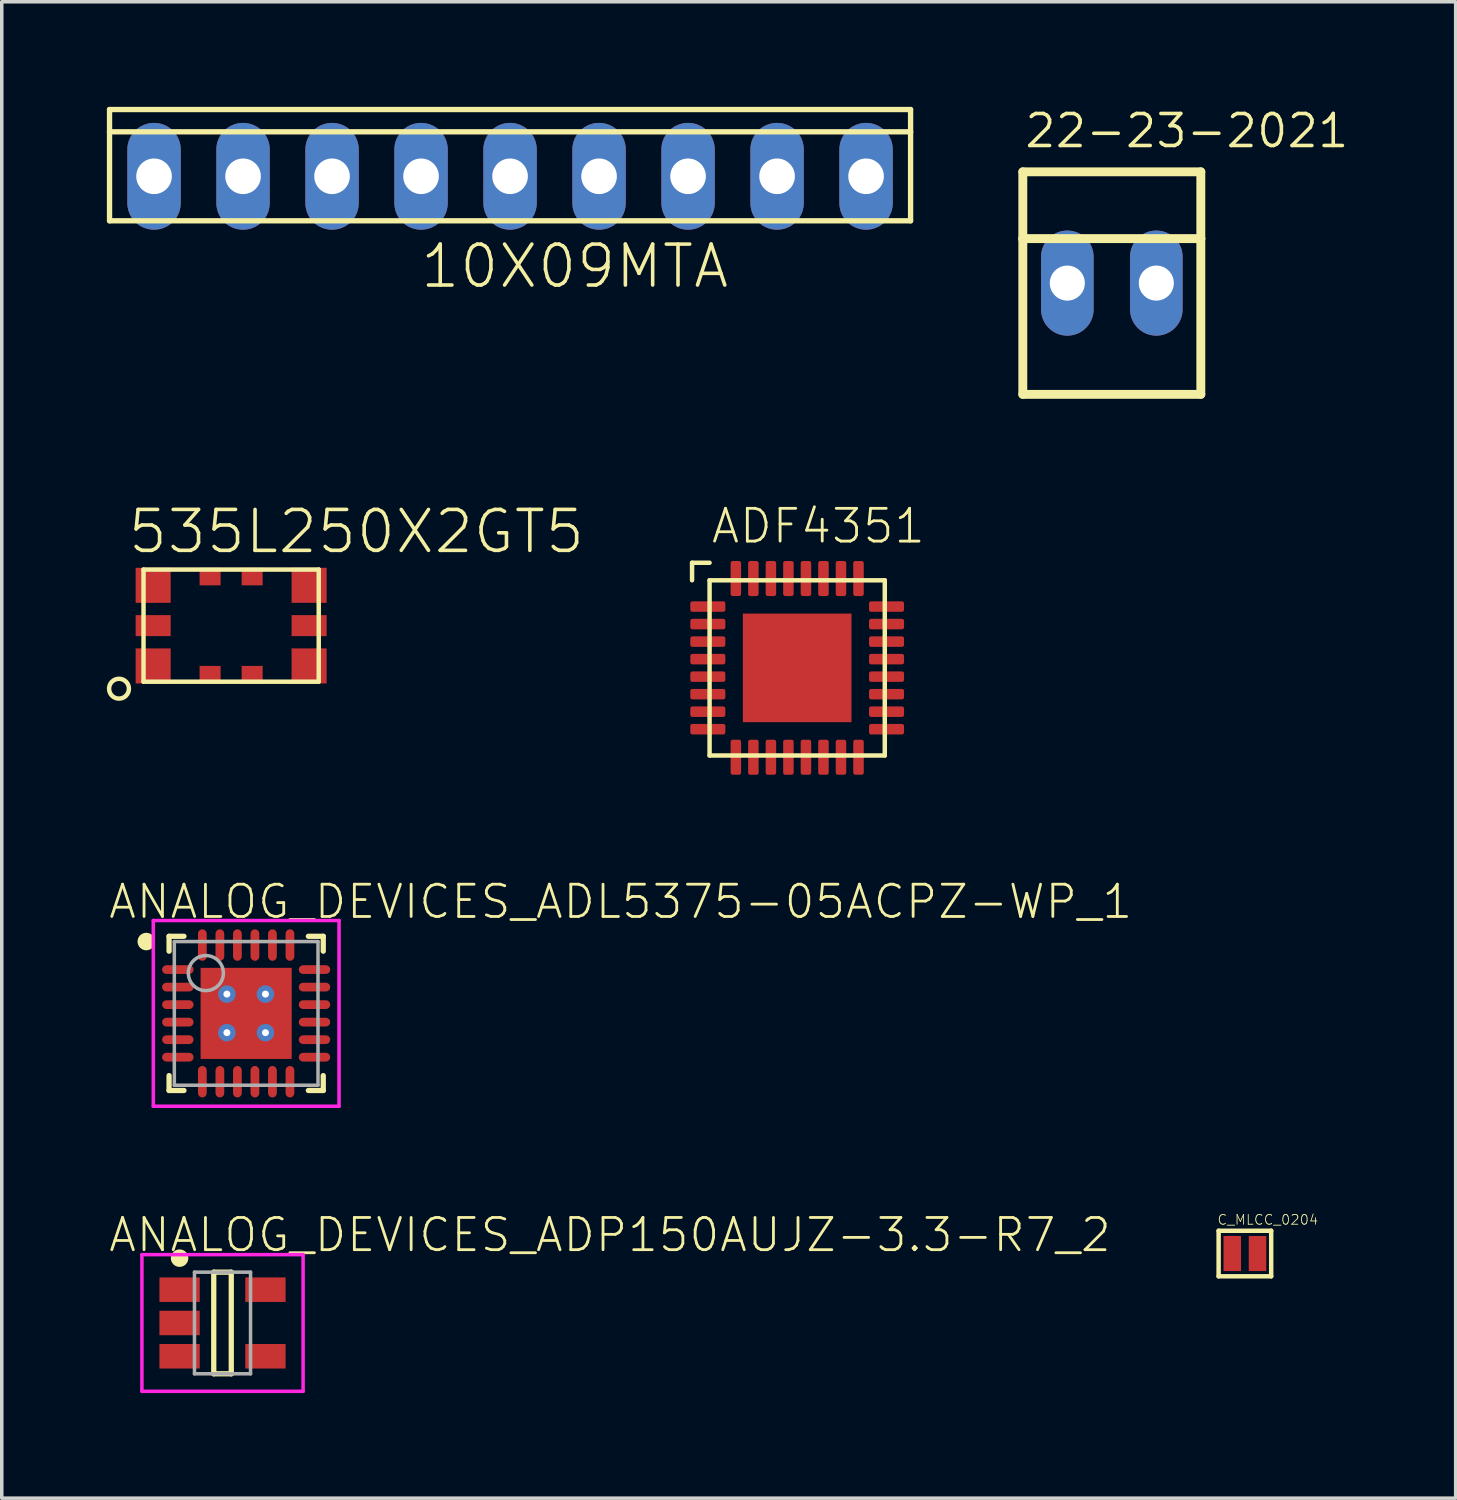
<source format=kicad_pcb>
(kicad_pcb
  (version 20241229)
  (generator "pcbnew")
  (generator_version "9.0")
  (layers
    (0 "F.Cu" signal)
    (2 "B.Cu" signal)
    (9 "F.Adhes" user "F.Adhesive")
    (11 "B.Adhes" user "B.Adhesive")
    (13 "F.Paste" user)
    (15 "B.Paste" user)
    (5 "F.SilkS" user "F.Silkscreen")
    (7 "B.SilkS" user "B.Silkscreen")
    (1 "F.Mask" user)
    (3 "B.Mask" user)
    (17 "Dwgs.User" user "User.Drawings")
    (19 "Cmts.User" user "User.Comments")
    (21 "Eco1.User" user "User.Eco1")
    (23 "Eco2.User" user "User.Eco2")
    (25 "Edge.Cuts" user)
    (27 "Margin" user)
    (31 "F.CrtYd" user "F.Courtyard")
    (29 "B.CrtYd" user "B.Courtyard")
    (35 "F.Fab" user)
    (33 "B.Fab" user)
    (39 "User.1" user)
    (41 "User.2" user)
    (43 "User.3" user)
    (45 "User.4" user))
  (footprint "C_MLCC_0204"
    (layer "F.Cu")
    (at 32.477 32.723)
    (property "Reference" "C_MLCC_0204" (at -0.8 -0.8 0) (unlocked yes) (layer "F.SilkS") (effects (font (size 0.28 0.28) (thickness 0.024)) (justify left bottom)))
    (fp_line (start -0.75 -0.65) (end -0.75 0.65) (stroke (width 0.127) (type solid)) (layer "F.SilkS"))
    (fp_line (start -0.75 0.65) (end 0.75 0.65) (stroke (width 0.127) (type solid)) (layer "F.SilkS"))
    (fp_line (start 0.75 -0.65) (end -0.75 -0.65) (stroke (width 0.127) (type solid)) (layer "F.SilkS"))
    (fp_line (start 0.75 0.65) (end 0.75 -0.65) (stroke (width 0.127) (type solid)) (layer "F.SilkS"))
    (pad "P$1" smd rect (at -0.36 0) (size 0.5 1) (layers "F.Cu" "F.Mask" "F.Paste"))
    (pad "P$2" smd rect (at 0.36 0) (size 0.5 1) (layers "F.Cu" "F.Mask" "F.Paste")))
  (footprint "ANALOG_DEVICES_ADL5375-05ACPZ-WP_1"
    (layer "F.Cu")
    (at 3.975 25.87)
    (property "Reference" "ANALOG_DEVICES_ADL5375-05ACPZ-WP_1" (at -3.975 -2.65 0) (unlocked yes) (layer "F.SilkS") (effects (font (size 0.92 0.92) (thickness 0.08)) (justify left bottom)))
    (fp_line (start -2.2 -2.2) (end -1.775 -2.2) (stroke (width 0.15) (type solid)) (layer "F.SilkS"))
    (fp_line (start -2.2 -1.775) (end -2.2 -2.2) (stroke (width 0.15) (type solid)) (layer "F.SilkS"))
    (fp_line (start -2.2 2.2) (end -2.2 1.775) (stroke (width 0.15) (type solid)) (layer "F.SilkS"))
    (fp_line (start -2.2 2.2) (end -1.775 2.2) (stroke (width 0.15) (type solid)) (layer "F.SilkS"))
    (fp_line (start 1.775 -2.2) (end 2.2 -2.2) (stroke (width 0.15) (type solid)) (layer "F.SilkS"))
    (fp_line (start 1.775 2.2) (end 2.2 2.2) (stroke (width 0.15) (type solid)) (layer "F.SilkS"))
    (fp_line (start 2.2 -1.775) (end 2.2 -2.2) (stroke (width 0.15) (type solid)) (layer "F.SilkS"))
    (fp_line (start 2.2 2.2) (end 2.2 1.775) (stroke (width 0.15) (type solid)) (layer "F.SilkS"))
    (fp_circle (center -2.85 -2.05) (end -2.725 -2.05) (stroke (width 0.25) (type solid)) (fill no) (layer "F.SilkS"))
    (fp_line (start -2.65 -2.65) (end 2.65 -2.65) (stroke (width 0.1) (type solid)) (layer "F.CrtYd"))
    (fp_line (start -2.65 2.65) (end -2.65 -2.65) (stroke (width 0.1) (type solid)) (layer "F.CrtYd"))
    (fp_line (start 2.65 -2.65) (end 2.65 2.65) (stroke (width 0.1) (type solid)) (layer "F.CrtYd"))
    (fp_line (start 2.65 2.65) (end -2.65 2.65) (stroke (width 0.1) (type solid)) (layer "F.CrtYd"))
    (fp_line (start -2.05 -2.05) (end 2.05 -2.05) (stroke (width 0.1) (type solid)) (layer "F.Fab"))
    (fp_line (start -2.05 2.05) (end -2.05 -2.05) (stroke (width 0.1) (type solid)) (layer "F.Fab"))
    (fp_line (start -2.05 2.05) (end 2.05 2.05) (stroke (width 0.1) (type solid)) (layer "F.Fab"))
    (fp_line (start 2.05 2.05) (end 2.05 -2.05) (stroke (width 0.1) (type solid)) (layer "F.Fab"))
    (fp_circle (center -1.15 -1.15) (end -0.65 -1.15) (stroke (width 0.1) (type solid)) (fill no) (layer "F.Fab"))
    (pad "1" smd roundrect (at -1.95 -1.25 90) (size 0.25 0.9) (layers "F.Cu" "F.Mask" "F.Paste") (roundrect_rratio 0.5))
    (pad "2" smd roundrect (at -1.95 -0.75 90) (size 0.25 0.9) (layers "F.Cu" "F.Mask" "F.Paste") (roundrect_rratio 0.5))
    (pad "3" smd roundrect (at -1.95 -0.25 90) (size 0.25 0.9) (layers "F.Cu" "F.Mask" "F.Paste") (roundrect_rratio 0.5))
    (pad "4" smd roundrect (at -1.95 0.25 90) (size 0.25 0.9) (layers "F.Cu" "F.Mask" "F.Paste") (roundrect_rratio 0.5))
    (pad "5" smd roundrect (at -1.95 0.75 90) (size 0.25 0.9) (layers "F.Cu" "F.Mask" "F.Paste") (roundrect_rratio 0.5))
    (pad "6" smd roundrect (at -1.95 1.25 90) (size 0.25 0.9) (layers "F.Cu" "F.Mask" "F.Paste") (roundrect_rratio 0.5))
    (pad "7" smd roundrect (at -1.25 1.95) (size 0.25 0.9) (layers "F.Cu" "F.Mask" "F.Paste") (roundrect_rratio 0.5))
    (pad "8" smd roundrect (at -0.75 1.95) (size 0.25 0.9) (layers "F.Cu" "F.Mask" "F.Paste") (roundrect_rratio 0.5))
    (pad "9" smd roundrect (at -0.25 1.95) (size 0.25 0.9) (layers "F.Cu" "F.Mask" "F.Paste") (roundrect_rratio 0.5))
    (pad "10" smd roundrect (at 0.25 1.95) (size 0.25 0.9) (layers "F.Cu" "F.Mask" "F.Paste") (roundrect_rratio 0.5))
    (pad "11" smd roundrect (at 0.75 1.95) (size 0.25 0.9) (layers "F.Cu" "F.Mask" "F.Paste") (roundrect_rratio 0.5))
    (pad "12" smd roundrect (at 1.25 1.95) (size 0.25 0.9) (layers "F.Cu" "F.Mask" "F.Paste") (roundrect_rratio 0.5))
    (pad "13" smd roundrect (at 1.95 1.25 90) (size 0.25 0.9) (layers "F.Cu" "F.Mask" "F.Paste") (roundrect_rratio 0.5))
    (pad "14" smd roundrect (at 1.95 0.75 90) (size 0.25 0.9) (layers "F.Cu" "F.Mask" "F.Paste") (roundrect_rratio 0.5))
    (pad "15" smd roundrect (at 1.95 0.25 90) (size 0.25 0.9) (layers "F.Cu" "F.Mask" "F.Paste") (roundrect_rratio 0.5))
    (pad "16" smd roundrect (at 1.95 -0.25 90) (size 0.25 0.9) (layers "F.Cu" "F.Mask" "F.Paste") (roundrect_rratio 0.5))
    (pad "17" smd roundrect (at 1.95 -0.75 90) (size 0.25 0.9) (layers "F.Cu" "F.Mask" "F.Paste") (roundrect_rratio 0.5))
    (pad "18" smd roundrect (at 1.95 -1.25 90) (size 0.25 0.9) (layers "F.Cu" "F.Mask" "F.Paste") (roundrect_rratio 0.5))
    (pad "19" smd roundrect (at 1.25 -1.95) (size 0.25 0.9) (layers "F.Cu" "F.Mask" "F.Paste") (roundrect_rratio 0.5))
    (pad "20" smd roundrect (at 0.75 -1.95) (size 0.25 0.9) (layers "F.Cu" "F.Mask" "F.Paste") (roundrect_rratio 0.5))
    (pad "21" smd roundrect (at 0.25 -1.95) (size 0.25 0.9) (layers "F.Cu" "F.Mask" "F.Paste") (roundrect_rratio 0.5))
    (pad "22" smd roundrect (at -0.25 -1.95) (size 0.25 0.9) (layers "F.Cu" "F.Mask" "F.Paste") (roundrect_rratio 0.5))
    (pad "23" smd roundrect (at -0.75 -1.95) (size 0.25 0.9) (layers "F.Cu" "F.Mask" "F.Paste") (roundrect_rratio 0.5))
    (pad "24" smd roundrect (at -1.25 -1.95) (size 0.25 0.9) (layers "F.Cu" "F.Mask" "F.Paste") (roundrect_rratio 0.5))
    (pad "25" smd rect (at 0 0) (size 2.6 2.6) (layers "F.Cu" "F.Mask" "F.Paste"))
    (pad "PAD_1" thru_hole circle (at 0.55 0.55) (size 0.5 0.5) (drill 0.2) (layers "*.Cu" "*.Mask"))
    (pad "PAD_2" thru_hole circle (at -0.55 0.55) (size 0.5 0.5) (drill 0.2) (layers "*.Cu" "*.Mask"))
    (pad "PAD_3" thru_hole circle (at 0.55 -0.55) (size 0.5 0.5) (drill 0.2) (layers "*.Cu" "*.Mask"))
    (pad "PAD_4" thru_hole circle (at -0.55 -0.55) (size 0.5 0.5) (drill 0.2) (layers "*.Cu" "*.Mask")))
  (footprint "535L250X2GT5"
    (layer "F.Cu")
    (at 3.546 14.804)
    (property "Reference" "535L250X2GT5" (at -3 -2 0) (unlocked yes) (layer "F.SilkS") (effects (font (size 1.168 1.168) (thickness 0.102)) (justify left bottom)))
    (fp_line (start -2.5 -1.6) (end -2.5 1.6) (stroke (width 0.127) (type solid)) (layer "F.SilkS"))
    (fp_line (start -2.5 1.6) (end 2.5 1.6) (stroke (width 0.127) (type solid)) (layer "F.SilkS"))
    (fp_line (start 2.5 -1.6) (end -2.5 -1.6) (stroke (width 0.127) (type solid)) (layer "F.SilkS"))
    (fp_line (start 2.5 1.6) (end 2.5 -1.6) (stroke (width 0.127) (type solid)) (layer "F.SilkS"))
    (fp_circle (center -3.2 1.8) (end -2.917 1.8) (stroke (width 0.127) (type solid)) (fill no) (layer "F.SilkS"))
    (pad "2" smd rect (at -0.6 1.4) (size 0.6 0.5) (layers "F.Cu" "F.Mask" "F.Paste"))
    (pad "5" smd rect (at 2.225 0) (size 1 0.6) (layers "F.Cu" "F.Mask" "F.Paste"))
    (pad "8" smd rect (at -0.6 -1.4) (size 0.6 0.5) (layers "F.Cu" "F.Mask" "F.Paste"))
    (pad "10" smd rect (at -2.225 0) (size 1 0.6) (layers "F.Cu" "F.Mask" "F.Paste"))
    (pad "EOH@3" smd rect (at 0.6 1.4) (size 0.6 0.5) (layers "F.Cu" "F.Mask" "F.Paste"))
    (pad "GND@4" smd rect (at 2.225 1.15) (size 1 1) (layers "F.Cu" "F.Mask" "F.Paste"))
    (pad "OUTPUT@6" smd rect (at 2.225 -1.15) (size 1 1) (layers "F.Cu" "F.Mask" "F.Paste"))
    (pad "VC@1" smd rect (at -2.225 1.15) (size 1 1) (layers "F.Cu" "F.Mask" "F.Paste"))
    (pad "VCC@9" smd rect (at -2.225 -1.15) (size 1 1) (layers "F.Cu" "F.Mask" "F.Paste"))
    (pad "VCFILTER@7" smd rect (at 0.6 -1.4) (size 0.6 0.5) (layers "F.Cu" "F.Mask" "F.Paste")))
  (footprint "22-23-2021"
    (layer "F.Cu")
    (at 28.679 5.029)
    (property "Reference" "22-23-2021" (at -2.54 -3.81 0) (unlocked yes) (layer "F.SilkS") (effects (font (size 0.914 0.914) (thickness 0.102)) (justify left bottom)))
    (fp_line (start -2.54 -3.175) (end 2.54 -3.175) (stroke (width 0.254) (type solid)) (layer "F.SilkS"))
    (fp_line (start -2.54 -1.27) (end -2.54 -3.175) (stroke (width 0.254) (type solid)) (layer "F.SilkS"))
    (fp_line (start -2.54 -1.27) (end 2.54 -1.27) (stroke (width 0.254) (type solid)) (layer "F.SilkS"))
    (fp_line (start -2.54 3.175) (end -2.54 -1.27) (stroke (width 0.254) (type solid)) (layer "F.SilkS"))
    (fp_line (start 2.54 -3.175) (end 2.54 -1.27) (stroke (width 0.254) (type solid)) (layer "F.SilkS"))
    (fp_line (start 2.54 -1.27) (end 2.54 3.175) (stroke (width 0.254) (type solid)) (layer "F.SilkS"))
    (fp_line (start 2.54 3.175) (end -2.54 3.175) (stroke (width 0.254) (type solid)) (layer "F.SilkS"))
    (pad "1" thru_hole oval (at -1.27 0 90) (size 3 1.5) (drill 1) (layers "*.Cu" "*.Mask"))
    (pad "2" thru_hole oval (at 1.27 0 90) (size 3 1.5) (drill 1) (layers "*.Cu" "*.Mask")))
  (footprint "ADF4351"
    (layer "F.Cu")
    (at 19.7 16.01)
    (property "Reference" "ADF4351" (at -2.5 -3.5 0) (unlocked yes) (layer "F.SilkS") (effects (font (size 0.935 0.935) (thickness 0.081)) (justify left bottom)))
    (fp_line (start -3 -3) (end -2.5 -3) (stroke (width 0.127) (type solid)) (layer "F.SilkS"))
    (fp_line (start -3 -2.5) (end -3 -3) (stroke (width 0.127) (type solid)) (layer "F.SilkS"))
    (fp_line (start -2.5 -2.5) (end 2.5 -2.5) (stroke (width 0.127) (type solid)) (layer "F.SilkS"))
    (fp_line (start -2.5 2.5) (end -2.5 -2.5) (stroke (width 0.127) (type solid)) (layer "F.SilkS"))
    (fp_line (start 2.5 -2.5) (end 2.5 2.5) (stroke (width 0.127) (type solid)) (layer "F.SilkS"))
    (fp_line (start 2.5 2.5) (end -2.5 2.5) (stroke (width 0.127) (type solid)) (layer "F.SilkS"))
    (pad "1" smd roundrect (at -2.55 -1.75 90) (size 0.3 1) (layers "F.Cu" "F.Mask" "F.Paste") (roundrect_rratio 0.2))
    (pad "2" smd roundrect (at -2.55 -1.25 90) (size 0.3 1) (layers "F.Cu" "F.Mask" "F.Paste") (roundrect_rratio 0.2))
    (pad "3" smd roundrect (at -2.55 -0.75 90) (size 0.3 1) (layers "F.Cu" "F.Mask" "F.Paste") (roundrect_rratio 0.2))
    (pad "4" smd roundrect (at -2.55 -0.25 90) (size 0.3 1) (layers "F.Cu" "F.Mask" "F.Paste") (roundrect_rratio 0.2))
    (pad "5" smd roundrect (at -2.55 0.25 90) (size 0.3 1) (layers "F.Cu" "F.Mask" "F.Paste") (roundrect_rratio 0.2))
    (pad "6" smd roundrect (at -2.55 0.75 90) (size 0.3 1) (layers "F.Cu" "F.Mask" "F.Paste") (roundrect_rratio 0.2))
    (pad "7" smd roundrect (at -2.55 1.25 90) (size 0.3 1) (layers "F.Cu" "F.Mask" "F.Paste") (roundrect_rratio 0.2))
    (pad "8" smd roundrect (at -2.55 1.75 90) (size 0.3 1) (layers "F.Cu" "F.Mask" "F.Paste") (roundrect_rratio 0.2))
    (pad "9" smd roundrect (at -1.75 2.55) (size 0.3 1) (layers "F.Cu" "F.Mask" "F.Paste") (roundrect_rratio 0.2))
    (pad "10" smd roundrect (at -1.25 2.55) (size 0.3 1) (layers "F.Cu" "F.Mask" "F.Paste") (roundrect_rratio 0.2))
    (pad "11" smd roundrect (at -0.75 2.55) (size 0.3 1) (layers "F.Cu" "F.Mask" "F.Paste") (roundrect_rratio 0.2))
    (pad "12" smd roundrect (at -0.25 2.55) (size 0.3 1) (layers "F.Cu" "F.Mask" "F.Paste") (roundrect_rratio 0.2))
    (pad "13" smd roundrect (at 0.25 2.55) (size 0.3 1) (layers "F.Cu" "F.Mask" "F.Paste") (roundrect_rratio 0.2))
    (pad "14" smd roundrect (at 0.75 2.55) (size 0.3 1) (layers "F.Cu" "F.Mask" "F.Paste") (roundrect_rratio 0.2))
    (pad "15" smd roundrect (at 1.25 2.55) (size 0.3 1) (layers "F.Cu" "F.Mask" "F.Paste") (roundrect_rratio 0.2))
    (pad "16" smd roundrect (at 1.75 2.55) (size 0.3 1) (layers "F.Cu" "F.Mask" "F.Paste") (roundrect_rratio 0.2))
    (pad "17" smd roundrect (at 2.55 1.75 90) (size 0.3 1) (layers "F.Cu" "F.Mask" "F.Paste") (roundrect_rratio 0.2))
    (pad "18" smd roundrect (at 2.55 1.25 90) (size 0.3 1) (layers "F.Cu" "F.Mask" "F.Paste") (roundrect_rratio 0.2))
    (pad "19" smd roundrect (at 2.55 0.75 90) (size 0.3 1) (layers "F.Cu" "F.Mask" "F.Paste") (roundrect_rratio 0.2))
    (pad "20" smd roundrect (at 2.55 0.25 90) (size 0.3 1) (layers "F.Cu" "F.Mask" "F.Paste") (roundrect_rratio 0.2))
    (pad "21" smd roundrect (at 2.55 -0.25 90) (size 0.3 1) (layers "F.Cu" "F.Mask" "F.Paste") (roundrect_rratio 0.2))
    (pad "22" smd roundrect (at 2.55 -0.75 90) (size 0.3 1) (layers "F.Cu" "F.Mask" "F.Paste") (roundrect_rratio 0.2))
    (pad "23" smd roundrect (at 2.55 -1.25 90) (size 0.3 1) (layers "F.Cu" "F.Mask" "F.Paste") (roundrect_rratio 0.2))
    (pad "24" smd roundrect (at 2.55 -1.75 90) (size 0.3 1) (layers "F.Cu" "F.Mask" "F.Paste") (roundrect_rratio 0.2))
    (pad "25" smd roundrect (at 1.75 -2.55) (size 0.3 1) (layers "F.Cu" "F.Mask" "F.Paste") (roundrect_rratio 0.2))
    (pad "26" smd roundrect (at 1.25 -2.55) (size 0.3 1) (layers "F.Cu" "F.Mask" "F.Paste") (roundrect_rratio 0.2))
    (pad "27" smd roundrect (at 0.75 -2.55) (size 0.3 1) (layers "F.Cu" "F.Mask" "F.Paste") (roundrect_rratio 0.2))
    (pad "28" smd roundrect (at 0.25 -2.55) (size 0.3 1) (layers "F.Cu" "F.Mask" "F.Paste") (roundrect_rratio 0.2))
    (pad "29" smd roundrect (at -0.25 -2.55) (size 0.3 1) (layers "F.Cu" "F.Mask" "F.Paste") (roundrect_rratio 0.2))
    (pad "30" smd roundrect (at -0.75 -2.55) (size 0.3 1) (layers "F.Cu" "F.Mask" "F.Paste") (roundrect_rratio 0.2))
    (pad "31" smd roundrect (at -1.25 -2.55) (size 0.3 1) (layers "F.Cu" "F.Mask" "F.Paste") (roundrect_rratio 0.2))
    (pad "32" smd roundrect (at -1.75 -2.55) (size 0.3 1) (layers "F.Cu" "F.Mask" "F.Paste") (roundrect_rratio 0.2))
    (pad "EP" smd rect (at 0 0) (size 3.1 3.1) (layers "F.Cu" "F.Mask" "F.Paste")))
  (footprint "10X09MTA"
    (layer "F.Cu")
    (at 11.506 1.981)
    (property "Reference" "10X09MTA" (at -2.616 3.251 0) (unlocked yes) (layer "F.SilkS") (effects (font (size 1.168 1.168) (thickness 0.102)) (justify left bottom)))
    (fp_line (start -11.43 -1.27) (end -11.43 -1.905) (stroke (width 0.152) (type solid)) (layer "F.SilkS"))
    (fp_line (start -11.43 1.27) (end -11.43 -1.27) (stroke (width 0.152) (type solid)) (layer "F.SilkS"))
    (fp_line (start -11.43 1.27) (end 11.43 1.27) (stroke (width 0.152) (type solid)) (layer "F.SilkS"))
    (fp_line (start 11.43 -1.905) (end -11.43 -1.905) (stroke (width 0.152) (type solid)) (layer "F.SilkS"))
    (fp_line (start 11.43 -1.905) (end 11.43 -1.27) (stroke (width 0.152) (type solid)) (layer "F.SilkS"))
    (fp_line (start 11.43 -1.27) (end -11.43 -1.27) (stroke (width 0.152) (type solid)) (layer "F.SilkS"))
    (fp_line (start 11.43 -1.27) (end 11.43 1.27) (stroke (width 0.152) (type solid)) (layer "F.SilkS"))
    (fp_poly (pts (xy -10.414 0.254) (xy -9.906 0.254) (xy -9.906 -0.254) (xy -10.414 -0.254)) (stroke (width 0) (type default)) (fill yes) (layer "F.SilkS"))
    (fp_poly (pts (xy -7.874 0.254) (xy -7.366 0.254) (xy -7.366 -0.254) (xy -7.874 -0.254)) (stroke (width 0) (type default)) (fill yes) (layer "F.SilkS"))
    (fp_poly (pts (xy -5.334 0.254) (xy -4.826 0.254) (xy -4.826 -0.254) (xy -5.334 -0.254)) (stroke (width 0) (type default)) (fill yes) (layer "F.SilkS"))
    (fp_poly (pts (xy -2.794 0.254) (xy -2.286 0.254) (xy -2.286 -0.254) (xy -2.794 -0.254)) (stroke (width 0) (type default)) (fill yes) (layer "F.SilkS"))
    (fp_poly (pts (xy -0.254 0.254) (xy 0.254 0.254) (xy 0.254 -0.254) (xy -0.254 -0.254)) (stroke (width 0) (type default)) (fill yes) (layer "F.SilkS"))
    (fp_poly (pts (xy 2.286 0.254) (xy 2.794 0.254) (xy 2.794 -0.254) (xy 2.286 -0.254)) (stroke (width 0) (type default)) (fill yes) (layer "F.SilkS"))
    (fp_poly (pts (xy 4.826 0.254) (xy 5.334 0.254) (xy 5.334 -0.254) (xy 4.826 -0.254)) (stroke (width 0) (type default)) (fill yes) (layer "F.SilkS"))
    (fp_poly (pts (xy 7.366 0.254) (xy 7.874 0.254) (xy 7.874 -0.254) (xy 7.366 -0.254)) (stroke (width 0) (type default)) (fill yes) (layer "F.SilkS"))
    (fp_poly (pts (xy 9.906 0.254) (xy 10.414 0.254) (xy 10.414 -0.254) (xy 9.906 -0.254)) (stroke (width 0) (type default)) (fill yes) (layer "F.SilkS"))
    (pad "1" thru_hole oval (at 10.16 0 90) (size 3.048 1.524) (drill 1.016) (layers "*.Cu" "*.Mask"))
    (pad "2" thru_hole oval (at 7.62 0 90) (size 3.048 1.524) (drill 1.016) (layers "*.Cu" "*.Mask"))
    (pad "3" thru_hole oval (at 5.08 0 90) (size 3.048 1.524) (drill 1.016) (layers "*.Cu" "*.Mask"))
    (pad "4" thru_hole oval (at 2.54 0 90) (size 3.048 1.524) (drill 1.016) (layers "*.Cu" "*.Mask"))
    (pad "5" thru_hole oval (at 0 0 90) (size 3.048 1.524) (drill 1.016) (layers "*.Cu" "*.Mask"))
    (pad "6" thru_hole oval (at -2.54 0 90) (size 3.048 1.524) (drill 1.016) (layers "*.Cu" "*.Mask"))
    (pad "7" thru_hole oval (at -5.08 0 90) (size 3.048 1.524) (drill 1.016) (layers "*.Cu" "*.Mask"))
    (pad "8" thru_hole oval (at -7.62 0 90) (size 3.048 1.524) (drill 1.016) (layers "*.Cu" "*.Mask"))
    (pad "9" thru_hole oval (at -10.16 0 90) (size 3.048 1.524) (drill 1.016) (layers "*.Cu" "*.Mask")))
  (footprint "ANALOG_DEVICES_ADP150AUJZ-3.3-R7_2"
    (layer "F.Cu")
    (at 3.3 34.705)
    (property "Reference" "ANALOG_DEVICES_ADP150AUJZ-3.3-R7_2" (at -3.3 -1.975 0) (unlocked yes) (layer "F.SilkS") (effects (font (size 0.92 0.92) (thickness 0.08)) (justify left bottom)))
    (fp_line (start -0.25 -1.45) (end 0.25 -1.45) (stroke (width 0.15) (type solid)) (layer "F.SilkS"))
    (fp_line (start -0.25 1.45) (end -0.25 -1.45) (stroke (width 0.15) (type solid)) (layer "F.SilkS"))
    (fp_line (start -0.25 1.45) (end 0.25 1.45) (stroke (width 0.15) (type solid)) (layer "F.SilkS"))
    (fp_line (start 0.25 1.45) (end 0.25 -1.45) (stroke (width 0.15) (type solid)) (layer "F.SilkS"))
    (fp_circle (center -1.225 -1.85) (end -1.1 -1.85) (stroke (width 0.25) (type solid)) (fill no) (layer "F.SilkS"))
    (fp_line (start -2.3 -1.95) (end 2.3 -1.95) (stroke (width 0.1) (type solid)) (layer "F.CrtYd"))
    (fp_line (start -2.3 1.95) (end -2.3 -1.95) (stroke (width 0.1) (type solid)) (layer "F.CrtYd"))
    (fp_line (start 2.3 -1.95) (end 2.3 1.95) (stroke (width 0.1) (type solid)) (layer "F.CrtYd"))
    (fp_line (start 2.3 1.95) (end -2.3 1.95) (stroke (width 0.1) (type solid)) (layer "F.CrtYd"))
    (fp_line (start -0.8 -1.45) (end 0.8 -1.45) (stroke (width 0.1) (type solid)) (layer "F.Fab"))
    (fp_line (start -0.8 1.45) (end -0.8 -1.45) (stroke (width 0.1) (type solid)) (layer "F.Fab"))
    (fp_line (start -0.8 1.45) (end 0.8 1.45) (stroke (width 0.1) (type solid)) (layer "F.Fab"))
    (fp_line (start 0.8 1.45) (end 0.8 -1.45) (stroke (width 0.1) (type solid)) (layer "F.Fab"))
    (pad "1" smd rect (at -1.225 -0.95 90) (size 0.7 1.15) (layers "F.Cu" "F.Mask" "F.Paste"))
    (pad "2" smd rect (at -1.225 0 90) (size 0.7 1.15) (layers "F.Cu" "F.Mask" "F.Paste"))
    (pad "3" smd rect (at -1.225 0.95 90) (size 0.7 1.15) (layers "F.Cu" "F.Mask" "F.Paste"))
    (pad "4" smd rect (at 1.225 0.95 90) (size 0.7 1.15) (layers "F.Cu" "F.Mask" "F.Paste"))
    (pad "5" smd rect (at 1.225 -0.95 90) (size 0.7 1.15) (layers "F.Cu" "F.Mask" "F.Paste")))
  (gr_rect
    (start -3 -3)
    (end 38.492 39.705)
    (stroke (width 0.1) (type default))
    (fill no)
    (layer "Edge.Cuts")))
</source>
